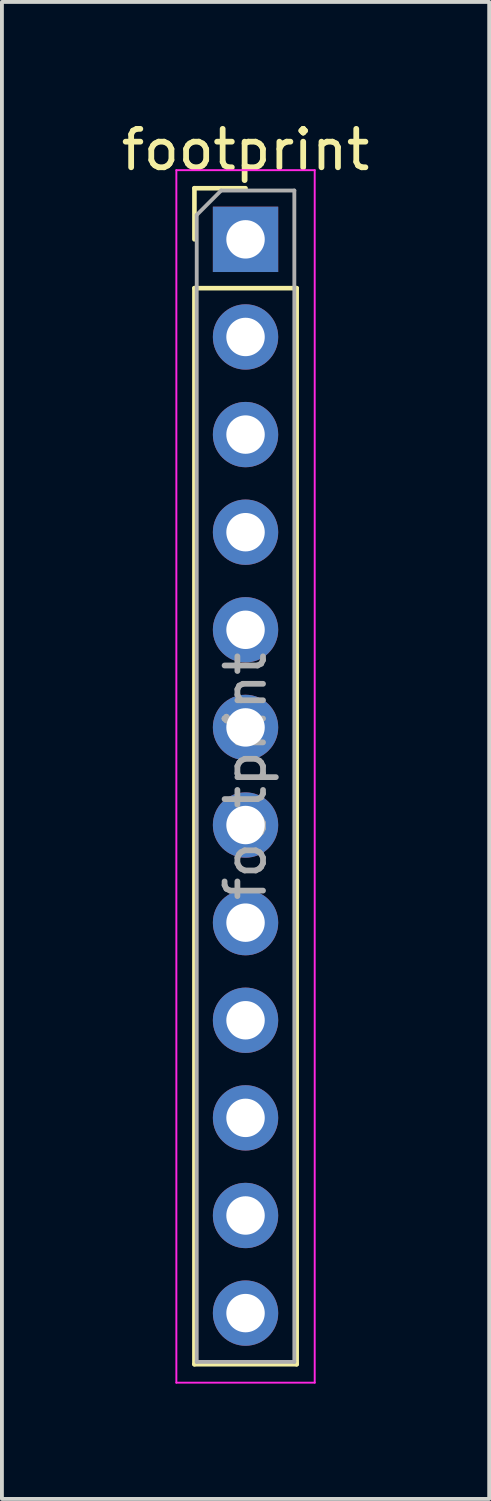
<source format=kicad_pcb>
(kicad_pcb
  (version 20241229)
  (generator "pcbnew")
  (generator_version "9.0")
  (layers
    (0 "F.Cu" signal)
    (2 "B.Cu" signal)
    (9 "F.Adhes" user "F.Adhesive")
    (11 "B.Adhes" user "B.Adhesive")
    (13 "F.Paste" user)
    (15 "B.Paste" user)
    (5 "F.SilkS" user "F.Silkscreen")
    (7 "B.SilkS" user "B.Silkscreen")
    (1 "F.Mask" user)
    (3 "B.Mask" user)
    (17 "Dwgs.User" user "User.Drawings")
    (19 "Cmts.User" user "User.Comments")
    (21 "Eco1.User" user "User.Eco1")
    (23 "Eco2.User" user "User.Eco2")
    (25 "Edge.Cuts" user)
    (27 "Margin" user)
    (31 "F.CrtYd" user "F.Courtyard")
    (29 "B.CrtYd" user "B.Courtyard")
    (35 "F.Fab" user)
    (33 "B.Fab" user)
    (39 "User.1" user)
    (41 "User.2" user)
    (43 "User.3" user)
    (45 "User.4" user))
  (footprint "footprint"
    (layer "F.Cu")
    (at 3.339 3.178)
    (property "Reference" "footprint" (at 0 -2.33 0) (layer "F.SilkS") (effects (font (size 1 1) (thickness 0.15))))
    (attr through_hole)
    (fp_line (start -1.33 -1.33) (end 0 -1.33) (stroke (width 0.12) (type solid)) (layer "F.SilkS"))
    (fp_line (start -1.33 0) (end -1.33 -1.33) (stroke (width 0.12) (type solid)) (layer "F.SilkS"))
    (fp_line (start -1.33 1.27) (end -1.33 29.27) (stroke (width 0.12) (type solid)) (layer "F.SilkS"))
    (fp_line (start -1.33 1.27) (end 1.33 1.27) (stroke (width 0.12) (type solid)) (layer "F.SilkS"))
    (fp_line (start -1.33 29.27) (end 1.33 29.27) (stroke (width 0.12) (type solid)) (layer "F.SilkS"))
    (fp_line (start 1.33 1.27) (end 1.33 29.27) (stroke (width 0.12) (type solid)) (layer "F.SilkS"))
    (fp_line (start -1.8 -1.8) (end -1.8 29.75) (stroke (width 0.05) (type solid)) (layer "F.CrtYd"))
    (fp_line (start -1.8 29.75) (end 1.8 29.75) (stroke (width 0.05) (type solid)) (layer "F.CrtYd"))
    (fp_line (start 1.8 -1.8) (end -1.8 -1.8) (stroke (width 0.05) (type solid)) (layer "F.CrtYd"))
    (fp_line (start 1.8 29.75) (end 1.8 -1.8) (stroke (width 0.05) (type solid)) (layer "F.CrtYd"))
    (fp_line (start -1.27 -0.635) (end -0.635 -1.27) (stroke (width 0.1) (type solid)) (layer "F.Fab"))
    (fp_line (start -1.27 29.21) (end -1.27 -0.635) (stroke (width 0.1) (type solid)) (layer "F.Fab"))
    (fp_line (start -0.635 -1.27) (end 1.27 -1.27) (stroke (width 0.1) (type solid)) (layer "F.Fab"))
    (fp_line (start 1.27 -1.27) (end 1.27 29.21) (stroke (width 0.1) (type solid)) (layer "F.Fab"))
    (fp_line (start 1.27 29.21) (end -1.27 29.21) (stroke (width 0.1) (type solid)) (layer "F.Fab"))
    (fp_text user "${REFERENCE}" (at 0 13.97 90) (layer "F.Fab") (effects (font (size 1 1) (thickness 0.15))))
    (pad "1" thru_hole rect (at 0 0) (size 1.7 1.7) (drill 1) (layers "*.Cu" "*.Mask"))
    (pad "2" thru_hole oval (at 0 2.54) (size 1.7 1.7) (drill 1) (layers "*.Cu" "*.Mask"))
    (pad "3" thru_hole oval (at 0 5.08) (size 1.7 1.7) (drill 1) (layers "*.Cu" "*.Mask"))
    (pad "4" thru_hole oval (at 0 7.62) (size 1.7 1.7) (drill 1) (layers "*.Cu" "*.Mask"))
    (pad "5" thru_hole oval (at 0 10.16) (size 1.7 1.7) (drill 1) (layers "*.Cu" "*.Mask"))
    (pad "6" thru_hole oval (at 0 12.7) (size 1.7 1.7) (drill 1) (layers "*.Cu" "*.Mask"))
    (pad "7" thru_hole oval (at 0 15.24) (size 1.7 1.7) (drill 1) (layers "*.Cu" "*.Mask"))
    (pad "8" thru_hole oval (at 0 17.78) (size 1.7 1.7) (drill 1) (layers "*.Cu" "*.Mask"))
    (pad "9" thru_hole oval (at 0 20.32) (size 1.7 1.7) (drill 1) (layers "*.Cu" "*.Mask"))
    (pad "10" thru_hole oval (at 0 22.86) (size 1.7 1.7) (drill 1) (layers "*.Cu" "*.Mask"))
    (pad "11" thru_hole oval (at 0 25.4) (size 1.7 1.7) (drill 1) (layers "*.Cu" "*.Mask"))
    (pad "12" thru_hole oval (at 0 27.94) (size 1.7 1.7) (drill 1) (layers "*.Cu" "*.Mask")))
  (gr_rect
    (start -3 -3)
    (end 9.679 35.953)
    (stroke (width 0.1) (type default))
    (fill no)
    (layer "Edge.Cuts")))
</source>
